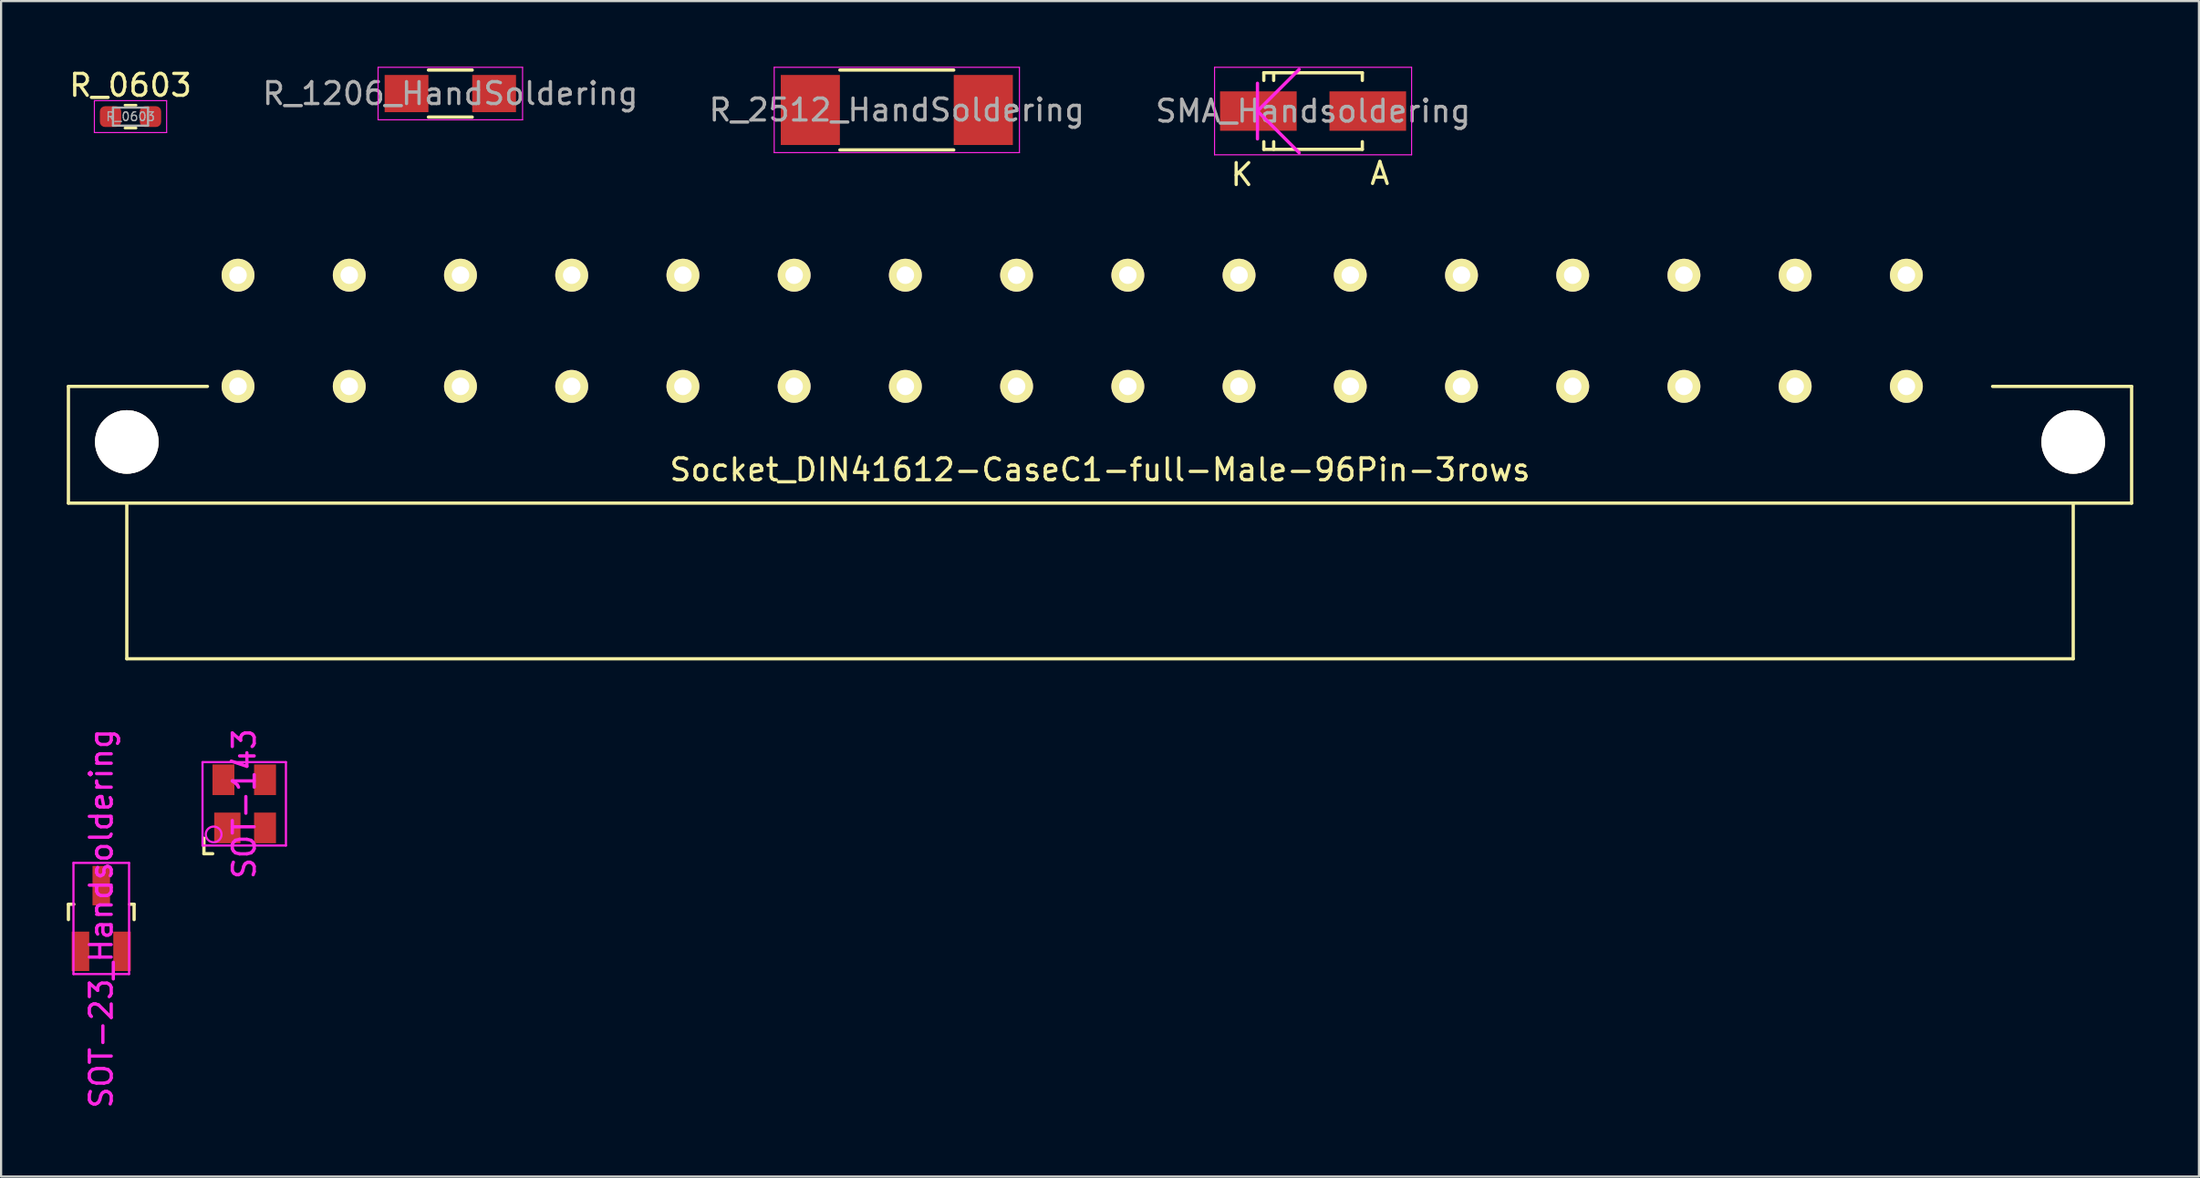
<source format=kicad_pcb>
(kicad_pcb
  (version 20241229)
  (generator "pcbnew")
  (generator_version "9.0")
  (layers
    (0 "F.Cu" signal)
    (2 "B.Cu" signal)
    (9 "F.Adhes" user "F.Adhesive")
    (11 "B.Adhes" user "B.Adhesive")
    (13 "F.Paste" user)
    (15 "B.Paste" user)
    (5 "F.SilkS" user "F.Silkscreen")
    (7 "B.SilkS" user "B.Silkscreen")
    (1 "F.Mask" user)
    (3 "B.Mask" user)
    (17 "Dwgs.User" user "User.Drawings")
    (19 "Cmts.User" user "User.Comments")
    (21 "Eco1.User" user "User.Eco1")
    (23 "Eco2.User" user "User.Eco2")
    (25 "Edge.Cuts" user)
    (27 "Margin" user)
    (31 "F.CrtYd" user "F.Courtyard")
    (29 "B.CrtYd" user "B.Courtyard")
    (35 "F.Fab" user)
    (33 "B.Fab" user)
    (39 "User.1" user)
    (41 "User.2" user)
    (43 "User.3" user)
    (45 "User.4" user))
  (footprint "R_1206_HandSoldering"
    (layer "F.Cu")
    (at 17.518 1.225)
    (property "Reference" "R_1206_HandSoldering" (at 0 0 0) (layer "F.Fab") (effects (font (size 1 1) (thickness 0.15))))
    (attr smd)
    (fp_line (start -1 -1.075) (end 1 -1.075) (stroke (width 0.15) (type solid)) (layer "F.SilkS"))
    (fp_line (start 1 1.075) (end -1 1.075) (stroke (width 0.15) (type solid)) (layer "F.SilkS"))
    (fp_line (start -3.3 -1.2) (end -3.3 1.2) (stroke (width 0.05) (type solid)) (layer "F.CrtYd"))
    (fp_line (start -3.3 -1.2) (end 3.3 -1.2) (stroke (width 0.05) (type solid)) (layer "F.CrtYd"))
    (fp_line (start -3.3 1.2) (end 3.3 1.2) (stroke (width 0.05) (type solid)) (layer "F.CrtYd"))
    (fp_line (start 3.3 -1.2) (end 3.3 1.2) (stroke (width 0.05) (type solid)) (layer "F.CrtYd"))
    (pad "1" smd rect (at -2 0) (size 2 1.7) (layers "F.Cu" "F.Mask" "F.Paste"))
    (pad "2" smd rect (at 2 0) (size 2 1.7) (layers "F.Cu" "F.Mask" "F.Paste")))
  (footprint "R_0603"
    (layer "F.Cu")
    (at 2.911 2.278)
    (property "Reference" "R_0603" (at 0 -1.43 0) (layer "F.SilkS") (effects (font (size 1 1) (thickness 0.15))))
    (attr smd)
    (fp_line (start -0.255 -0.522) (end 0.255 -0.522) (stroke (width 0.12) (type solid)) (layer "F.SilkS"))
    (fp_line (start -0.255 0.522) (end 0.255 0.522) (stroke (width 0.12) (type solid)) (layer "F.SilkS"))
    (fp_line (start -1.65 -0.73) (end 1.65 -0.73) (stroke (width 0.05) (type solid)) (layer "F.CrtYd"))
    (fp_line (start -1.65 0.73) (end -1.65 -0.73) (stroke (width 0.05) (type solid)) (layer "F.CrtYd"))
    (fp_line (start 1.65 -0.73) (end 1.65 0.73) (stroke (width 0.05) (type solid)) (layer "F.CrtYd"))
    (fp_line (start 1.65 0.73) (end -1.65 0.73) (stroke (width 0.05) (type solid)) (layer "F.CrtYd"))
    (fp_line (start -0.8 -0.412) (end 0.8 -0.412) (stroke (width 0.1) (type solid)) (layer "F.Fab"))
    (fp_line (start -0.8 0.412) (end -0.8 -0.412) (stroke (width 0.1) (type solid)) (layer "F.Fab"))
    (fp_line (start 0.8 -0.412) (end 0.8 0.412) (stroke (width 0.1) (type solid)) (layer "F.Fab"))
    (fp_line (start 0.8 0.412) (end -0.8 0.412) (stroke (width 0.1) (type solid)) (layer "F.Fab"))
    (fp_text user "${REFERENCE}" (at 0 0 0) (layer "F.Fab") (effects (font (size 0.4 0.4) (thickness 0.06))))
    (pad "1" smd roundrect (at -0.912 0) (size 0.975 0.95) (layers "F.Cu" "F.Mask" "F.Paste") (roundrect_rratio 0.25))
    (pad "2" smd roundrect (at 0.912 0) (size 0.975 0.95) (layers "F.Cu" "F.Mask" "F.Paste") (roundrect_rratio 0.25)))
  (footprint "R_2512_HandSoldering"
    (layer "F.Cu")
    (at 37.911 1.975)
    (property "Reference" "R_2512_HandSoldering" (at 0 0 0) (layer "F.Fab") (effects (font (size 1 1) (thickness 0.15))))
    (attr smd)
    (fp_line (start -2.6 -1.825) (end 2.6 -1.825) (stroke (width 0.15) (type solid)) (layer "F.SilkS"))
    (fp_line (start 2.6 1.825) (end -2.6 1.825) (stroke (width 0.15) (type solid)) (layer "F.SilkS"))
    (fp_line (start -5.6 -1.95) (end -5.6 1.95) (stroke (width 0.05) (type solid)) (layer "F.CrtYd"))
    (fp_line (start -5.6 -1.95) (end 5.6 -1.95) (stroke (width 0.05) (type solid)) (layer "F.CrtYd"))
    (fp_line (start -5.6 1.95) (end 5.6 1.95) (stroke (width 0.05) (type solid)) (layer "F.CrtYd"))
    (fp_line (start 5.6 -1.95) (end 5.6 1.95) (stroke (width 0.05) (type solid)) (layer "F.CrtYd"))
    (pad "1" smd rect (at -3.95 0) (size 2.7 3.2) (layers "F.Cu" "F.Mask" "F.Paste"))
    (pad "2" smd rect (at 3.95 0) (size 2.7 3.2) (layers "F.Cu" "F.Mask" "F.Paste")))
  (footprint "SOT-143"
    (layer "F.Cu")
    (at 8.105 33.678)
    (property "Reference" "SOT-143" (at 0 0 90) (layer "F.CrtYd") (effects (font (size 1 1) (thickness 0.15))))
    (attr smd)
    (fp_line (start -1.841 1.57) (end -1.841 2.278) (stroke (width 0.15) (type solid)) (layer "F.SilkS"))
    (fp_line (start -1.841 2.278) (end -1.44 2.278) (stroke (width 0.15) (type solid)) (layer "F.SilkS"))
    (fp_line (start -1.905 -1.905) (end 1.905 -1.905) (stroke (width 0.1) (type solid)) (layer "F.CrtYd"))
    (fp_line (start -1.905 1.905) (end -1.905 -1.905) (stroke (width 0.1) (type solid)) (layer "F.CrtYd"))
    (fp_line (start 1.905 -1.905) (end 1.905 1.905) (stroke (width 0.1) (type solid)) (layer "F.CrtYd"))
    (fp_line (start 1.905 1.905) (end -1.905 1.905) (stroke (width 0.1) (type solid)) (layer "F.CrtYd"))
    (fp_circle (center -1.397 1.397) (end -1.651 1.651) (stroke (width 0.1) (type solid)) (fill no) (layer "F.CrtYd"))
    (pad "1" smd rect (at -0.77 1.1) (size 1.199 1.4) (layers "F.Cu" "F.Mask" "F.Paste"))
    (pad "2" smd rect (at 0.95 1.1) (size 1.001 1.4) (layers "F.Cu" "F.Mask" "F.Paste"))
    (pad "3" smd rect (at 0.95 -1.1) (size 1.001 1.4) (layers "F.Cu" "F.Mask" "F.Paste"))
    (pad "4" smd rect (at -0.95 -1.1) (size 1.001 1.4) (layers "F.Cu" "F.Mask" "F.Paste")))
  (footprint "Socket_DIN41612-CaseC1-full-Male-96Pin-3rows"
    (layer "F.Cu")
    (at 47.192 12.064)
    (property "Reference" "Socket_DIN41612-CaseC1-full-Male-96Pin-3rows" (at 0 6.35 0) (layer "F.SilkS") (effects (font (size 1 1) (thickness 0.15))))
    (attr through_hole)
    (fp_line (start -47.117 2.54) (end -40.767 2.54) (stroke (width 0.15) (type solid)) (layer "F.SilkS"))
    (fp_line (start -47.117 7.874) (end -47.117 2.54) (stroke (width 0.15) (type solid)) (layer "F.SilkS"))
    (fp_line (start -44.45 14.986) (end -44.45 7.874) (stroke (width 0.15) (type solid)) (layer "F.SilkS"))
    (fp_line (start 44.45 7.874) (end 44.45 14.986) (stroke (width 0.15) (type solid)) (layer "F.SilkS"))
    (fp_line (start 44.45 14.986) (end -44.45 14.986) (stroke (width 0.15) (type solid)) (layer "F.SilkS"))
    (fp_line (start 47.117 2.54) (end 40.767 2.54) (stroke (width 0.15) (type solid)) (layer "F.SilkS"))
    (fp_line (start 47.117 2.54) (end 47.117 7.874) (stroke (width 0.15) (type solid)) (layer "F.SilkS"))
    (fp_line (start 47.117 7.874) (end -47.117 7.874) (stroke (width 0.15) (type solid)) (layer "F.SilkS"))
    (pad "1" thru_hole circle (at -44.45 5.08) (size 2.901 2.901) (drill 2.901) (layers "*.Cu" "*.Mask" "F.SilkS"))
    (pad "1" thru_hole circle (at 44.45 5.08) (size 2.901 2.901) (drill 2.901) (layers "*.Cu" "*.Mask" "F.SilkS"))
    (pad "2a" thru_hole circle (at 36.83 -2.54 180) (size 1.501 1.501) (drill 0.8) (layers "*.Cu" "*.Mask" "F.SilkS"))
    (pad "2c" thru_hole circle (at 36.83 2.54 180) (size 1.501 1.501) (drill 0.8) (layers "*.Cu" "*.Mask" "F.SilkS"))
    (pad "4a" thru_hole circle (at 31.75 -2.54 180) (size 1.501 1.501) (drill 0.8) (layers "*.Cu" "*.Mask" "F.SilkS"))
    (pad "4c" thru_hole circle (at 31.75 2.54 180) (size 1.501 1.501) (drill 0.8) (layers "*.Cu" "*.Mask" "F.SilkS"))
    (pad "6a" thru_hole circle (at 26.67 -2.54 180) (size 1.501 1.501) (drill 0.8) (layers "*.Cu" "*.Mask" "F.SilkS"))
    (pad "6c" thru_hole circle (at 26.67 2.54 180) (size 1.501 1.501) (drill 0.8) (layers "*.Cu" "*.Mask" "F.SilkS"))
    (pad "8a" thru_hole circle (at 21.59 -2.54 180) (size 1.501 1.501) (drill 0.8) (layers "*.Cu" "*.Mask" "F.SilkS"))
    (pad "8c" thru_hole circle (at 21.59 2.54 180) (size 1.501 1.501) (drill 0.8) (layers "*.Cu" "*.Mask" "F.SilkS"))
    (pad "10a" thru_hole circle (at 16.51 -2.54 180) (size 1.501 1.501) (drill 0.8) (layers "*.Cu" "*.Mask" "F.SilkS"))
    (pad "10c" thru_hole circle (at 16.51 2.54 180) (size 1.501 1.501) (drill 0.8) (layers "*.Cu" "*.Mask" "F.SilkS"))
    (pad "12a" thru_hole circle (at 11.43 -2.54 180) (size 1.501 1.501) (drill 0.8) (layers "*.Cu" "*.Mask" "F.SilkS"))
    (pad "12c" thru_hole circle (at 11.43 2.54 180) (size 1.501 1.501) (drill 0.8) (layers "*.Cu" "*.Mask" "F.SilkS"))
    (pad "14a" thru_hole circle (at 6.35 -2.54 180) (size 1.501 1.501) (drill 0.8) (layers "*.Cu" "*.Mask" "F.SilkS"))
    (pad "14c" thru_hole circle (at 6.35 2.54 180) (size 1.501 1.501) (drill 0.8) (layers "*.Cu" "*.Mask" "F.SilkS"))
    (pad "16a" thru_hole circle (at 1.27 -2.54 180) (size 1.501 1.501) (drill 0.8) (layers "*.Cu" "*.Mask" "F.SilkS"))
    (pad "16c" thru_hole circle (at 1.27 2.54 180) (size 1.501 1.501) (drill 0.8) (layers "*.Cu" "*.Mask" "F.SilkS"))
    (pad "18a" thru_hole circle (at -3.81 -2.54 180) (size 1.501 1.501) (drill 0.8) (layers "*.Cu" "*.Mask" "F.SilkS"))
    (pad "18c" thru_hole circle (at -3.81 2.54 180) (size 1.501 1.501) (drill 0.8) (layers "*.Cu" "*.Mask" "F.SilkS"))
    (pad "20a" thru_hole circle (at -8.89 -2.54 180) (size 1.501 1.501) (drill 0.8) (layers "*.Cu" "*.Mask" "F.SilkS"))
    (pad "20c" thru_hole circle (at -8.89 2.54 180) (size 1.501 1.501) (drill 0.8) (layers "*.Cu" "*.Mask" "F.SilkS"))
    (pad "22a" thru_hole circle (at -13.97 -2.54 180) (size 1.501 1.501) (drill 0.8) (layers "*.Cu" "*.Mask" "F.SilkS"))
    (pad "22c" thru_hole circle (at -13.97 2.54 180) (size 1.501 1.501) (drill 0.8) (layers "*.Cu" "*.Mask" "F.SilkS"))
    (pad "24" thru_hole circle (at -19.05 -2.54 180) (size 1.501 1.501) (drill 0.8) (layers "*.Cu" "*.Mask" "F.SilkS"))
    (pad "24c" thru_hole circle (at -19.05 2.54 180) (size 1.501 1.501) (drill 0.8) (layers "*.Cu" "*.Mask" "F.SilkS"))
    (pad "26a" thru_hole circle (at -24.13 -2.54 180) (size 1.501 1.501) (drill 0.8) (layers "*.Cu" "*.Mask" "F.SilkS"))
    (pad "26c" thru_hole circle (at -24.13 2.54 180) (size 1.501 1.501) (drill 0.8) (layers "*.Cu" "*.Mask" "F.SilkS"))
    (pad "28a" thru_hole circle (at -29.21 -2.54 180) (size 1.501 1.501) (drill 0.8) (layers "*.Cu" "*.Mask" "F.SilkS"))
    (pad "28c" thru_hole circle (at -29.21 2.54 180) (size 1.501 1.501) (drill 0.8) (layers "*.Cu" "*.Mask" "F.SilkS"))
    (pad "30a" thru_hole circle (at -34.29 -2.54 180) (size 1.501 1.501) (drill 0.8) (layers "*.Cu" "*.Mask" "F.SilkS"))
    (pad "30c" thru_hole circle (at -34.29 2.54 180) (size 1.501 1.501) (drill 0.8) (layers "*.Cu" "*.Mask" "F.SilkS"))
    (pad "32a" thru_hole circle (at -39.37 -2.54 180) (size 1.501 1.501) (drill 0.8) (layers "*.Cu" "*.Mask" "F.SilkS"))
    (pad "32c" thru_hole circle (at -39.37 2.54 180) (size 1.501 1.501) (drill 0.8) (layers "*.Cu" "*.Mask" "F.SilkS")))
  (footprint "SMA_Handsoldering"
    (layer "F.Cu")
    (at 56.923 2.025)
    (property "Reference" "SMA_Handsoldering" (at 0 0 0) (layer "F.Fab") (effects (font (size 1 1) (thickness 0.15))))
    (attr smd)
    (fp_line (start -2.25 -1.75) (end -2.25 -1.4) (stroke (width 0.15) (type solid)) (layer "F.SilkS"))
    (fp_line (start -2.25 -1.75) (end 2.25 -1.75) (stroke (width 0.15) (type solid)) (layer "F.SilkS"))
    (fp_line (start -2.25 1.75) (end -2.25 1.4) (stroke (width 0.15) (type solid)) (layer "F.SilkS"))
    (fp_line (start -2.25 1.75) (end 2.25 1.75) (stroke (width 0.15) (type solid)) (layer "F.SilkS"))
    (fp_line (start -1.799 -1.75) (end -1.799 -1.4) (stroke (width 0.15) (type solid)) (layer "F.SilkS"))
    (fp_line (start -1.799 1.75) (end -1.799 1.4) (stroke (width 0.15) (type solid)) (layer "F.SilkS"))
    (fp_line (start 2.25 -1.75) (end 2.25 -1.4) (stroke (width 0.15) (type solid)) (layer "F.SilkS"))
    (fp_line (start 2.25 1.75) (end 2.25 1.4) (stroke (width 0.15) (type solid)) (layer "F.SilkS"))
    (fp_line (start -4.5 -2) (end 4.5 -2) (stroke (width 0.05) (type solid)) (layer "F.CrtYd"))
    (fp_line (start -4.5 2) (end -4.5 -2) (stroke (width 0.05) (type solid)) (layer "F.CrtYd"))
    (fp_line (start -2.54 -1.27) (end -2.54 1.27) (stroke (width 0.15) (type solid)) (layer "F.CrtYd"))
    (fp_line (start -2.54 0) (end -0.635 1.905) (stroke (width 0.15) (type solid)) (layer "F.CrtYd"))
    (fp_line (start -0.635 -1.905) (end -2.54 0) (stroke (width 0.15) (type solid)) (layer "F.CrtYd"))
    (fp_line (start 4.5 -2) (end 4.5 2) (stroke (width 0.05) (type solid)) (layer "F.CrtYd"))
    (fp_line (start 4.5 2) (end -4.5 2) (stroke (width 0.05) (type solid)) (layer "F.CrtYd"))
    (fp_text user "A" (at 3.05 2.85 0) (layer "F.SilkS") (effects (font (size 1 1) (thickness 0.15))))
    (fp_text user "K" (at -3.25 2.9 0) (layer "F.SilkS") (effects (font (size 1 1) (thickness 0.15))))
    (pad "1" smd rect (at -2.499 0) (size 3.5 1.801) (layers "F.Cu" "F.Mask" "F.Paste"))
    (pad "2" smd rect (at 2.499 0) (size 3.5 1.801) (layers "F.Cu" "F.Mask" "F.Paste")))
  (footprint "SOT-23_Handsoldering"
    (layer "F.Cu")
    (at 1.575 38.916)
    (property "Reference" "SOT-23_Handsoldering" (at 0 0 90) (layer "F.CrtYd") (effects (font (size 1 1) (thickness 0.15))))
    (attr smd)
    (fp_line (start -1.5 -0.65) (end -1.251 -0.65) (stroke (width 0.15) (type solid)) (layer "F.SilkS"))
    (fp_line (start -1.5 0.051) (end -1.5 -0.65) (stroke (width 0.15) (type solid)) (layer "F.SilkS"))
    (fp_line (start 1.299 -0.65) (end 1.5 -0.65) (stroke (width 0.15) (type solid)) (layer "F.SilkS"))
    (fp_line (start 1.5 -0.65) (end 1.5 0.051) (stroke (width 0.15) (type solid)) (layer "F.SilkS"))
    (fp_line (start -1.27 -2.54) (end 1.27 -2.54) (stroke (width 0.1) (type solid)) (layer "F.CrtYd"))
    (fp_line (start -1.27 2.54) (end -1.27 -2.54) (stroke (width 0.1) (type solid)) (layer "F.CrtYd"))
    (fp_line (start 1.27 -2.54) (end 1.27 2.54) (stroke (width 0.1) (type solid)) (layer "F.CrtYd"))
    (fp_line (start 1.27 2.54) (end -1.27 2.54) (stroke (width 0.1) (type solid)) (layer "F.CrtYd"))
    (pad "1" smd rect (at -0.95 1.501) (size 0.8 1.801) (layers "F.Cu" "F.Mask" "F.Paste"))
    (pad "2" smd rect (at 0.95 1.501) (size 0.8 1.801) (layers "F.Cu" "F.Mask" "F.Paste"))
    (pad "3" smd rect (at 0 -1.501) (size 0.8 1.801) (layers "F.Cu" "F.Mask" "F.Paste")))
  (gr_rect
    (start -3 -3)
    (end 97.384 50.708)
    (stroke (width 0.1) (type default))
    (fill no)
    (layer "Edge.Cuts")))
</source>
